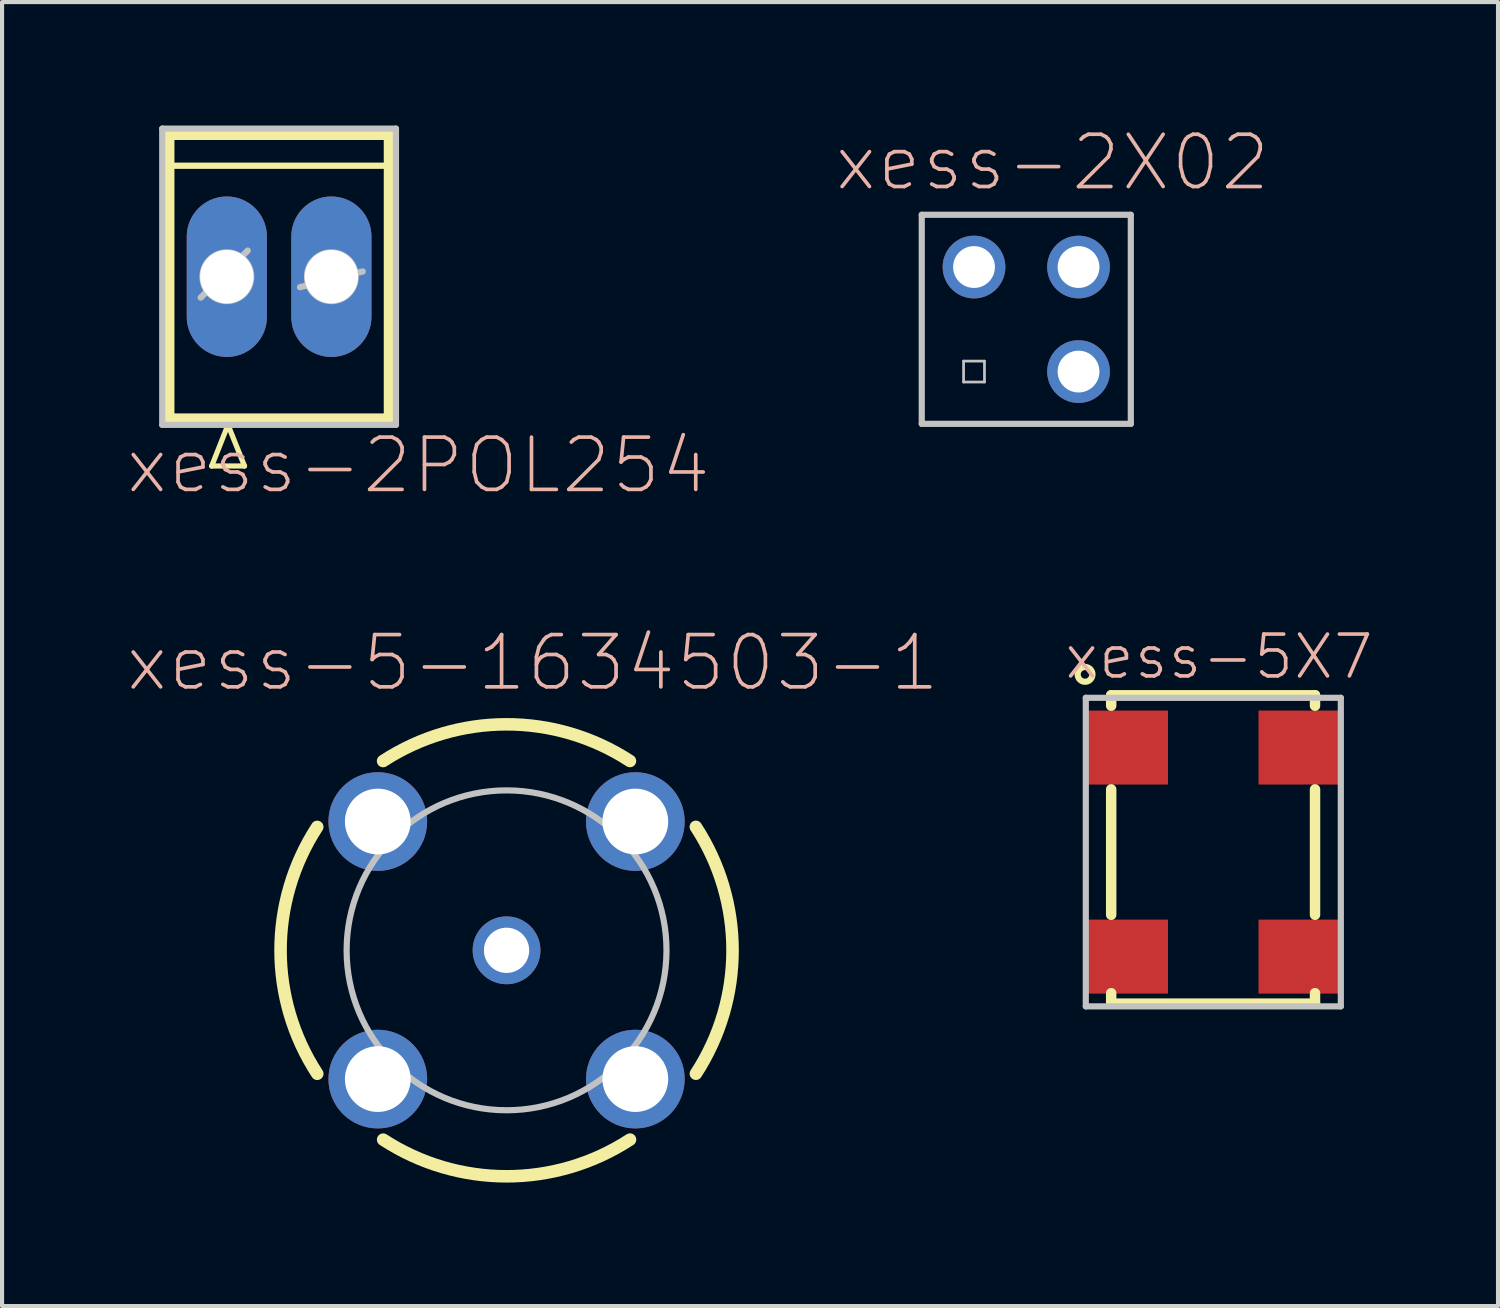
<source format=kicad_pcb>
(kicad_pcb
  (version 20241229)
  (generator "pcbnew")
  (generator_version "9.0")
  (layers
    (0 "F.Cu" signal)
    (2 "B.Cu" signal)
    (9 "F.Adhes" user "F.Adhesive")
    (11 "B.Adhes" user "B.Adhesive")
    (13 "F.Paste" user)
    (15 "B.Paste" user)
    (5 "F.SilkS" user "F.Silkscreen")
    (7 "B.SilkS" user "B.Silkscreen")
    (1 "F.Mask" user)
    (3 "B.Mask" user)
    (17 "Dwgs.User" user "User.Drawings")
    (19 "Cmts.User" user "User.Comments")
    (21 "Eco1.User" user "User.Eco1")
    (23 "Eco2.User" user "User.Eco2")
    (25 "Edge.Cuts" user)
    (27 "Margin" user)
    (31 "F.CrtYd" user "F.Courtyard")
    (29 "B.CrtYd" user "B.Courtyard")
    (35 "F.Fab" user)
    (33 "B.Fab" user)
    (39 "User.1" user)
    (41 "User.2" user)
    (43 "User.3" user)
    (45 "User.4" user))
  (footprint "xess-5X7"
    (layer "F.Cu")
    (at 24.332 15.115)
    (property "Reference" "xess-5X7" (at 2.238 -2.207 0) (layer "B.SilkS") (effects (font (size 1.016 1.016) (thickness 0.089))))
    (attr smd)
    (fp_line (start -0.381 -1.27) (end -0.381 -1.016) (stroke (width 0.254) (type solid)) (layer "F.SilkS"))
    (fp_line (start -0.381 -1.27) (end 4.572 -1.27) (stroke (width 0.254) (type solid)) (layer "F.SilkS"))
    (fp_line (start -0.381 1.016) (end -0.381 4.064) (stroke (width 0.254) (type solid)) (layer "F.SilkS"))
    (fp_line (start -0.381 5.969) (end -0.381 6.223) (stroke (width 0.254) (type solid)) (layer "F.SilkS"))
    (fp_line (start -0.381 6.223) (end 4.572 6.223) (stroke (width 0.254) (type solid)) (layer "F.SilkS"))
    (fp_line (start 4.572 -1.016) (end 4.572 -1.27) (stroke (width 0.254) (type solid)) (layer "F.SilkS"))
    (fp_line (start 4.572 1.016) (end 4.572 4.064) (stroke (width 0.254) (type solid)) (layer "F.SilkS"))
    (fp_line (start 4.572 6.223) (end 4.572 5.969) (stroke (width 0.254) (type solid)) (layer "F.SilkS"))
    (fp_circle (center -1.016 -1.778) (end -1.143 -1.905) (stroke (width 0.15) (type solid)) (fill no) (layer "F.SilkS"))
    (fp_line (start -0.998 -1.209) (end -0.998 6.289) (stroke (width 0.15) (type solid)) (layer "Dwgs.User"))
    (fp_line (start -0.998 6.289) (end 5.199 6.289) (stroke (width 0.15) (type solid)) (layer "Dwgs.User"))
    (fp_line (start 5.199 -1.209) (end -0.998 -1.209) (stroke (width 0.15) (type solid)) (layer "Dwgs.User"))
    (fp_line (start 5.199 6.289) (end 5.199 -1.209) (stroke (width 0.15) (type solid)) (layer "Dwgs.User"))
    (pad "1" smd rect (at 0 0) (size 1.999 1.798) (layers "F.Cu" "F.Mask" "F.Paste"))
    (pad "2" smd rect (at 0 5.08) (size 1.999 1.798) (layers "F.Cu" "F.Mask" "F.Paste"))
    (pad "3" smd rect (at 4.199 5.08) (size 1.999 1.798) (layers "F.Cu" "F.Mask" "F.Paste"))
    (pad "4" smd rect (at 4.199 0) (size 1.999 1.798) (layers "F.Cu" "F.Mask" "F.Paste")))
  (footprint "xess-2POL254"
    (layer "F.Cu")
    (at 2.462 3.674)
    (property "Reference" "xess-2POL254" (at 4.651 4.585 0) (layer "B.SilkS") (effects (font (size 1.27 1.27) (thickness 0.089))))
    (attr exclude_from_pos_files exclude_from_bom)
    (fp_line (start -1.4 -3.449) (end -1.4 3.449) (stroke (width 0.254) (type solid)) (layer "F.SilkS"))
    (fp_line (start -1.4 3.449) (end 3.94 3.449) (stroke (width 0.254) (type solid)) (layer "F.SilkS"))
    (fp_line (start -1.288 -2.697) (end 3.828 -2.697) (stroke (width 0.152) (type solid)) (layer "F.SilkS"))
    (fp_line (start -0.368 4.6) (end 0.028 3.599) (stroke (width 0.127) (type solid)) (layer "F.SilkS"))
    (fp_line (start 0.028 3.599) (end 0.429 4.6) (stroke (width 0.127) (type solid)) (layer "F.SilkS"))
    (fp_line (start 0.429 4.6) (end -0.368 4.6) (stroke (width 0.127) (type solid)) (layer "F.SilkS"))
    (fp_line (start 3.94 -3.449) (end -1.4 -3.449) (stroke (width 0.254) (type solid)) (layer "F.SilkS"))
    (fp_line (start 3.94 3.449) (end 3.94 -3.449) (stroke (width 0.254) (type solid)) (layer "F.SilkS"))
    (fp_line (start -1.57 -3.599) (end -1.57 3.599) (stroke (width 0.15) (type solid)) (layer "Dwgs.User"))
    (fp_line (start -1.57 3.599) (end 4.11 3.599) (stroke (width 0.15) (type solid)) (layer "Dwgs.User"))
    (fp_line (start -0.635 0.508) (end 0.508 -0.635) (stroke (width 0.152) (type solid)) (layer "Dwgs.User"))
    (fp_line (start 1.778 0.254) (end 3.302 -0.127) (stroke (width 0.152) (type solid)) (layer "Dwgs.User"))
    (fp_line (start 4.11 -3.599) (end -1.57 -3.599) (stroke (width 0.15) (type solid)) (layer "Dwgs.User"))
    (fp_line (start 4.11 3.599) (end 4.11 -3.599) (stroke (width 0.15) (type solid)) (layer "Dwgs.User"))
    (fp_circle (center 0 0) (end -0.445 0.445) (stroke (width 0.076) (type solid)) (fill no) (layer "Dwgs.User"))
    (fp_circle (center 2.54 0) (end 2.985 0.445) (stroke (width 0.076) (type solid)) (fill no) (layer "Dwgs.User"))
    (pad "1" thru_hole oval (at 0 0) (size 1.948 3.899) (drill 1.298) (layers "*.Cu" "*.Mask"))
    (pad "2" thru_hole oval (at 2.54 0) (size 1.948 3.899) (drill 1.298) (layers "*.Cu" "*.Mask")))
  (footprint "xess-5-1634503-1"
    (layer "F.Cu")
    (at 9.259 20.042)
    (property "Reference" "xess-5-1634503-1" (at 0.635 -6.985 0) (layer "B.SilkS") (effects (font (size 1.27 1.27) (thickness 0.089))))
    (attr exclude_from_pos_files exclude_from_bom)
    (fp_arc (start -4.59994 2.99974) (mid -5.49162 0.000902) (end -4.600925 -2.998229) (stroke (width 0.3048) (type solid)) (layer "F.SilkS"))
    (fp_arc (start -2.99974 -4.59994) (mid -0.000902 -5.49162) (end 2.998229 -4.600925) (stroke (width 0.3048) (type solid)) (layer "F.SilkS"))
    (fp_arc (start 2.99974 4.59994) (mid 0.000902 5.49162) (end -2.998229 4.600925) (stroke (width 0.3048) (type solid)) (layer "F.SilkS"))
    (fp_arc (start 4.59994 -2.99974) (mid 5.49162 -0.000902) (end 4.600925 2.998229) (stroke (width 0.3048) (type solid)) (layer "F.SilkS"))
    (fp_circle (center 0 0) (end -2.748 2.748) (stroke (width 0.15) (type solid)) (fill no) (layer "Dwgs.User"))
    (pad "S1" thru_hole circle (at 3.129 -3.129) (size 2.398 2.398) (drill 1.598) (layers "*.Cu" "*.Mask"))
    (pad "S2" thru_hole circle (at 3.129 3.129) (size 2.398 2.398) (drill 1.598) (layers "*.Cu" "*.Mask"))
    (pad "S3" thru_hole circle (at -3.129 3.129) (size 2.398 2.398) (drill 1.598) (layers "*.Cu" "*.Mask"))
    (pad "S4" thru_hole circle (at -3.129 -3.129) (size 2.398 2.398) (drill 1.598) (layers "*.Cu" "*.Mask"))
    (pad "SIGN" thru_hole circle (at 0 0) (size 1.648 1.648) (drill 1.1) (layers "*.Cu" "*.Mask")))
  (footprint "xess-2X02"
    (layer "F.Cu")
    (at 21.888 4.709)
    (property "Reference" "xess-2X02" (at 0.635 -3.81 0) (layer "B.SilkS") (effects (font (size 1.27 1.27) (thickness 0.089))))
    (attr exclude_from_pos_files exclude_from_bom)
    (fp_line (start -2.54 -2.54) (end 2.54 -2.54) (stroke (width 0.15) (type solid)) (layer "Dwgs.User"))
    (fp_line (start -2.54 2.54) (end -2.54 -2.54) (stroke (width 0.15) (type solid)) (layer "Dwgs.User"))
    (fp_line (start -1.524 -1.524) (end -1.016 -1.524) (stroke (width 0.066) (type solid)) (layer "Dwgs.User"))
    (fp_line (start -1.524 -1.016) (end -1.524 -1.524) (stroke (width 0.066) (type solid)) (layer "Dwgs.User"))
    (fp_line (start -1.524 -1.016) (end -1.016 -1.016) (stroke (width 0.066) (type solid)) (layer "Dwgs.User"))
    (fp_line (start -1.524 1.016) (end -1.016 1.016) (stroke (width 0.066) (type solid)) (layer "Dwgs.User"))
    (fp_line (start -1.524 1.524) (end -1.524 1.016) (stroke (width 0.066) (type solid)) (layer "Dwgs.User"))
    (fp_line (start -1.524 1.524) (end -1.016 1.524) (stroke (width 0.066) (type solid)) (layer "Dwgs.User"))
    (fp_line (start -1.016 -1.016) (end -1.016 -1.524) (stroke (width 0.066) (type solid)) (layer "Dwgs.User"))
    (fp_line (start -1.016 1.524) (end -1.016 1.016) (stroke (width 0.066) (type solid)) (layer "Dwgs.User"))
    (fp_line (start 1.016 -1.524) (end 1.524 -1.524) (stroke (width 0.066) (type solid)) (layer "Dwgs.User"))
    (fp_line (start 1.016 -1.016) (end 1.016 -1.524) (stroke (width 0.066) (type solid)) (layer "Dwgs.User"))
    (fp_line (start 1.016 -1.016) (end 1.524 -1.016) (stroke (width 0.066) (type solid)) (layer "Dwgs.User"))
    (fp_line (start 1.016 1.016) (end 1.524 1.016) (stroke (width 0.066) (type solid)) (layer "Dwgs.User"))
    (fp_line (start 1.016 1.524) (end 1.016 1.016) (stroke (width 0.066) (type solid)) (layer "Dwgs.User"))
    (fp_line (start 1.016 1.524) (end 1.524 1.524) (stroke (width 0.066) (type solid)) (layer "Dwgs.User"))
    (fp_line (start 1.524 -1.016) (end 1.524 -1.524) (stroke (width 0.066) (type solid)) (layer "Dwgs.User"))
    (fp_line (start 1.524 1.524) (end 1.524 1.016) (stroke (width 0.066) (type solid)) (layer "Dwgs.User"))
    (fp_line (start 2.54 -2.54) (end 2.54 2.54) (stroke (width 0.15) (type solid)) (layer "Dwgs.User"))
    (fp_line (start 2.54 2.54) (end -2.54 2.54) (stroke (width 0.15) (type solid)) (layer "Dwgs.User"))
    (pad "1" thru_hole rect (at -1.27 1.27) (size 0.001 0.001) (drill 1.016) (layers "*.Cu" "*.Mask"))
    (pad "2" thru_hole circle (at -1.27 -1.27) (size 1.524 1.524) (drill 1.016) (layers "*.Cu" "*.Mask"))
    (pad "3" thru_hole circle (at 1.27 1.27) (size 1.524 1.524) (drill 1.016) (layers "*.Cu" "*.Mask"))
    (pad "4" thru_hole circle (at 1.27 -1.27) (size 1.524 1.524) (drill 1.016) (layers "*.Cu" "*.Mask")))
  (gr_rect
    (start -3 -3)
    (end 33.351 28.686)
    (stroke (width 0.1) (type default))
    (fill no)
    (layer "Edge.Cuts")))
</source>
